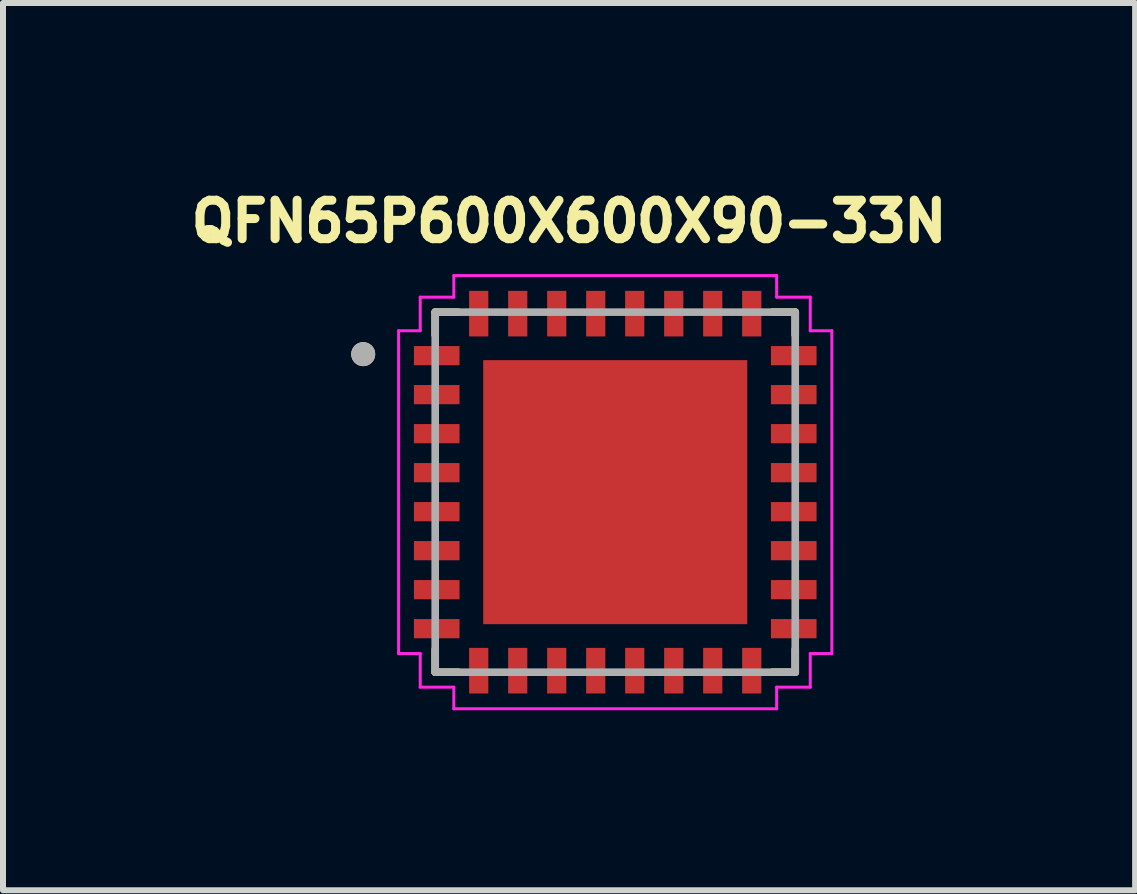
<source format=kicad_pcb>
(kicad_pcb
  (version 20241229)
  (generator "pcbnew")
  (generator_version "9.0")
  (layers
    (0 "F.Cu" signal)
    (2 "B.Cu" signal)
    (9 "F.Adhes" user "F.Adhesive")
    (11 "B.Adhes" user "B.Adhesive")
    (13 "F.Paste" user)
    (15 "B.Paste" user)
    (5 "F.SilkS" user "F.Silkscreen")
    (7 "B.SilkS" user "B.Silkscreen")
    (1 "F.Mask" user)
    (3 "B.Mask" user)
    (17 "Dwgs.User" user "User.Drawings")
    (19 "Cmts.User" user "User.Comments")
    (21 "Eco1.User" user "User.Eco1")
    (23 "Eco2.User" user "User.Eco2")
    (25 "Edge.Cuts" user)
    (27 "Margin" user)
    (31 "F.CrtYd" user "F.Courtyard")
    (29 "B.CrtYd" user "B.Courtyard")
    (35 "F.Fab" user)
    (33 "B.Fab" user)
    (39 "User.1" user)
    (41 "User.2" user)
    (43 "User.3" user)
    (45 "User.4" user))
  (footprint "QFN65P600X600X90-33N"
    (layer "F.Cu")
    (at 7.203 5.152)
    (property "Reference" "QFN65P600X600X90-33N" (at -0.769 -4.513 0) (layer "F.SilkS") (effects (font (size 0.641 0.641) (thickness 0.15))))
    (attr smd)
    (fp_line (start -3 -3) (end -2.62 -3) (stroke (width 0.127) (type solid)) (layer "F.SilkS"))
    (fp_line (start -3 -2.62) (end -3 -3) (stroke (width 0.127) (type solid)) (layer "F.SilkS"))
    (fp_line (start -3 2.62) (end -3 3) (stroke (width 0.127) (type solid)) (layer "F.SilkS"))
    (fp_line (start -3 3) (end -2.62 3) (stroke (width 0.127) (type solid)) (layer "F.SilkS"))
    (fp_line (start 2.62 -3) (end 3 -3) (stroke (width 0.127) (type solid)) (layer "F.SilkS"))
    (fp_line (start 2.62 3) (end 3 3) (stroke (width 0.127) (type solid)) (layer "F.SilkS"))
    (fp_line (start 3 -3) (end 3 -2.62) (stroke (width 0.127) (type solid)) (layer "F.SilkS"))
    (fp_line (start 3 3) (end 3 2.62) (stroke (width 0.127) (type solid)) (layer "F.SilkS"))
    (fp_circle (center -4.2 -2.3) (end -4.1 -2.3) (stroke (width 0.2) (type solid)) (fill no) (layer "F.SilkS"))
    (fp_poly (pts (xy -1.393 -1.39) (xy 1.39 -1.39) (xy 1.39 1.393) (xy -1.393 1.393)) (stroke (width 0.01) (type solid)) (fill yes) (layer "F.Paste"))
    (fp_line (start -3.61 -2.69) (end -3.25 -2.69) (stroke (width 0.05) (type solid)) (layer "F.CrtYd"))
    (fp_line (start -3.61 2.69) (end -3.61 -2.69) (stroke (width 0.05) (type solid)) (layer "F.CrtYd"))
    (fp_line (start -3.25 -3.25) (end -2.69 -3.25) (stroke (width 0.05) (type solid)) (layer "F.CrtYd"))
    (fp_line (start -3.25 -2.69) (end -3.25 -3.25) (stroke (width 0.05) (type solid)) (layer "F.CrtYd"))
    (fp_line (start -3.25 2.69) (end -3.61 2.69) (stroke (width 0.05) (type solid)) (layer "F.CrtYd"))
    (fp_line (start -3.25 3.25) (end -3.25 2.69) (stroke (width 0.05) (type solid)) (layer "F.CrtYd"))
    (fp_line (start -2.69 -3.61) (end 2.69 -3.61) (stroke (width 0.05) (type solid)) (layer "F.CrtYd"))
    (fp_line (start -2.69 -3.25) (end -2.69 -3.61) (stroke (width 0.05) (type solid)) (layer "F.CrtYd"))
    (fp_line (start -2.69 3.25) (end -3.25 3.25) (stroke (width 0.05) (type solid)) (layer "F.CrtYd"))
    (fp_line (start -2.69 3.61) (end -2.69 3.25) (stroke (width 0.05) (type solid)) (layer "F.CrtYd"))
    (fp_line (start 2.69 -3.61) (end 2.69 -3.25) (stroke (width 0.05) (type solid)) (layer "F.CrtYd"))
    (fp_line (start 2.69 -3.25) (end 3.25 -3.25) (stroke (width 0.05) (type solid)) (layer "F.CrtYd"))
    (fp_line (start 2.69 3.25) (end 2.69 3.61) (stroke (width 0.05) (type solid)) (layer "F.CrtYd"))
    (fp_line (start 2.69 3.61) (end -2.69 3.61) (stroke (width 0.05) (type solid)) (layer "F.CrtYd"))
    (fp_line (start 3.25 -3.25) (end 3.25 -2.69) (stroke (width 0.05) (type solid)) (layer "F.CrtYd"))
    (fp_line (start 3.25 -2.69) (end 3.61 -2.69) (stroke (width 0.05) (type solid)) (layer "F.CrtYd"))
    (fp_line (start 3.25 2.69) (end 3.25 3.25) (stroke (width 0.05) (type solid)) (layer "F.CrtYd"))
    (fp_line (start 3.25 3.25) (end 2.69 3.25) (stroke (width 0.05) (type solid)) (layer "F.CrtYd"))
    (fp_line (start 3.61 -2.69) (end 3.61 2.69) (stroke (width 0.05) (type solid)) (layer "F.CrtYd"))
    (fp_line (start 3.61 2.69) (end 3.25 2.69) (stroke (width 0.05) (type solid)) (layer "F.CrtYd"))
    (fp_line (start -3 -3) (end 3 -3) (stroke (width 0.127) (type solid)) (layer "F.Fab"))
    (fp_line (start -3 3) (end -3 -3) (stroke (width 0.127) (type solid)) (layer "F.Fab"))
    (fp_line (start 3 -3) (end 3 3) (stroke (width 0.127) (type solid)) (layer "F.Fab"))
    (fp_line (start 3 3) (end -3 3) (stroke (width 0.127) (type solid)) (layer "F.Fab"))
    (fp_circle (center -4.2 -2.3) (end -4.1 -2.3) (stroke (width 0.2) (type solid)) (fill no) (layer "F.Fab"))
    (pad "1" smd rect (at -2.975 -2.275) (size 0.76 0.32) (layers "F.Cu" "F.Mask" "F.Paste"))
    (pad "2" smd rect (at -2.975 -1.625) (size 0.76 0.32) (layers "F.Cu" "F.Mask" "F.Paste"))
    (pad "3" smd rect (at -2.975 -0.975) (size 0.76 0.32) (layers "F.Cu" "F.Mask" "F.Paste"))
    (pad "4" smd rect (at -2.975 -0.325) (size 0.76 0.32) (layers "F.Cu" "F.Mask" "F.Paste"))
    (pad "5" smd rect (at -2.975 0.325) (size 0.76 0.32) (layers "F.Cu" "F.Mask" "F.Paste"))
    (pad "6" smd rect (at -2.975 0.975) (size 0.76 0.32) (layers "F.Cu" "F.Mask" "F.Paste"))
    (pad "7" smd rect (at -2.975 1.625) (size 0.76 0.32) (layers "F.Cu" "F.Mask" "F.Paste"))
    (pad "8" smd rect (at -2.975 2.275) (size 0.76 0.32) (layers "F.Cu" "F.Mask" "F.Paste"))
    (pad "9" smd rect (at -2.275 2.975 90) (size 0.76 0.32) (layers "F.Cu" "F.Mask" "F.Paste"))
    (pad "10" smd rect (at -1.625 2.975 90) (size 0.76 0.32) (layers "F.Cu" "F.Mask" "F.Paste"))
    (pad "11" smd rect (at -0.975 2.975 90) (size 0.76 0.32) (layers "F.Cu" "F.Mask" "F.Paste"))
    (pad "12" smd rect (at -0.325 2.975 90) (size 0.76 0.32) (layers "F.Cu" "F.Mask" "F.Paste"))
    (pad "13" smd rect (at 0.325 2.975 90) (size 0.76 0.32) (layers "F.Cu" "F.Mask" "F.Paste"))
    (pad "14" smd rect (at 0.975 2.975 90) (size 0.76 0.32) (layers "F.Cu" "F.Mask" "F.Paste"))
    (pad "15" smd rect (at 1.625 2.975 90) (size 0.76 0.32) (layers "F.Cu" "F.Mask" "F.Paste"))
    (pad "16" smd rect (at 2.275 2.975 90) (size 0.76 0.32) (layers "F.Cu" "F.Mask" "F.Paste"))
    (pad "17" smd rect (at 2.975 2.275 180) (size 0.76 0.32) (layers "F.Cu" "F.Mask" "F.Paste"))
    (pad "18" smd rect (at 2.975 1.625 180) (size 0.76 0.32) (layers "F.Cu" "F.Mask" "F.Paste"))
    (pad "19" smd rect (at 2.975 0.975 180) (size 0.76 0.32) (layers "F.Cu" "F.Mask" "F.Paste"))
    (pad "20" smd rect (at 2.975 0.325 180) (size 0.76 0.32) (layers "F.Cu" "F.Mask" "F.Paste"))
    (pad "21" smd rect (at 2.975 -0.325 180) (size 0.76 0.32) (layers "F.Cu" "F.Mask" "F.Paste"))
    (pad "22" smd rect (at 2.975 -0.975 180) (size 0.76 0.32) (layers "F.Cu" "F.Mask" "F.Paste"))
    (pad "23" smd rect (at 2.975 -1.625 180) (size 0.76 0.32) (layers "F.Cu" "F.Mask" "F.Paste"))
    (pad "24" smd rect (at 2.975 -2.275 180) (size 0.76 0.32) (layers "F.Cu" "F.Mask" "F.Paste"))
    (pad "25" smd rect (at 2.275 -2.975 270) (size 0.76 0.32) (layers "F.Cu" "F.Mask" "F.Paste"))
    (pad "26" smd rect (at 1.625 -2.975 270) (size 0.76 0.32) (layers "F.Cu" "F.Mask" "F.Paste"))
    (pad "27" smd rect (at 0.975 -2.975 270) (size 0.76 0.32) (layers "F.Cu" "F.Mask" "F.Paste"))
    (pad "28" smd rect (at 0.325 -2.975 270) (size 0.76 0.32) (layers "F.Cu" "F.Mask" "F.Paste"))
    (pad "29" smd rect (at -0.325 -2.975 270) (size 0.76 0.32) (layers "F.Cu" "F.Mask" "F.Paste"))
    (pad "30" smd rect (at -0.975 -2.975 270) (size 0.76 0.32) (layers "F.Cu" "F.Mask" "F.Paste"))
    (pad "31" smd rect (at -1.625 -2.975 270) (size 0.76 0.32) (layers "F.Cu" "F.Mask" "F.Paste"))
    (pad "32" smd rect (at -2.275 -2.975 270) (size 0.76 0.32) (layers "F.Cu" "F.Mask" "F.Paste"))
    (pad "33" smd rect (at 0 0 270) (size 4.4 4.4) (layers "F.Cu" "F.Mask")))
  (gr_rect
    (start -3 -3)
    (end 15.867 11.787)
    (stroke (width 0.1) (type default))
    (fill no)
    (layer "Edge.Cuts")))
</source>
